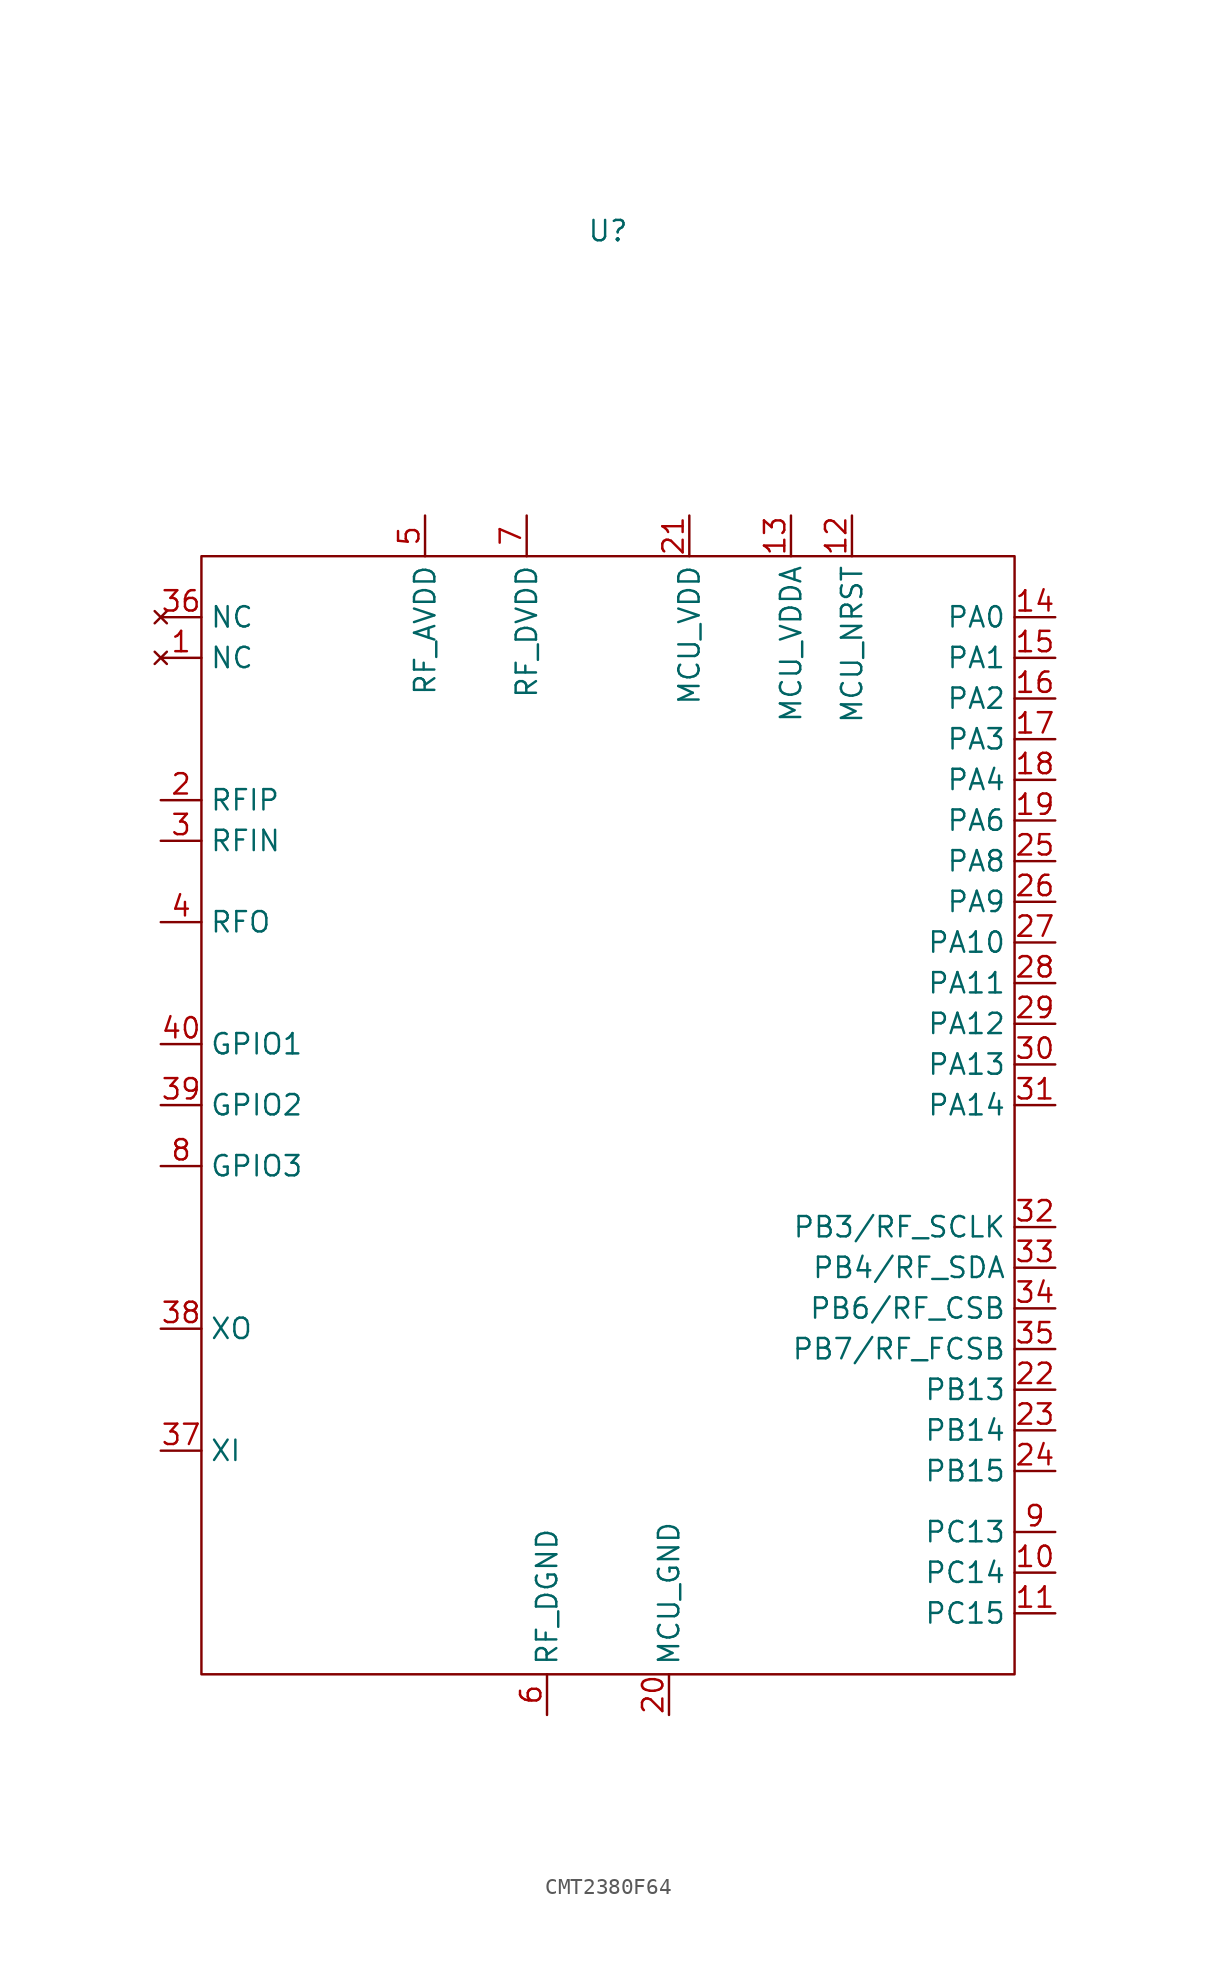
<source format=kicad_sym>
(kicad_symbol_lib
  (version 20220914)
  (generator kicad_symbol_editor)
  (symbol "CMT2380F64"
    (property "Reference" "U"
      (at 0 8.89 0)
      (effects (font (size 1.27 1.27))))
    (property "Value" ""
      (at -19.05 -6.35 0)
      (effects (font (size 1.27 1.27))))
    (symbol "CMT2380F64_0_1"
      (rectangle (start -25.4 -11.43) (end 25.4 -81.28) (stroke (width 0) (type default)) (fill (type none))))
    (symbol "CMT2380F64_1_1"
      (pin no_connect line (at -27.94 -17.78 0) (length 2.54) (name "NC" (effects (font (size 1.27 1.27)))) (number "1" (effects (font (size 1.27 1.27)))))
      (pin bidirectional line (at 27.94 -74.93 180) (length 2.54) (name "PC14" (effects (font (size 1.27 1.27)))) (number "10" (effects (font (size 1.27 1.27)))))
      (pin bidirectional line (at 27.94 -77.47 180) (length 2.54) (name "PC15" (effects (font (size 1.27 1.27)))) (number "11" (effects (font (size 1.27 1.27)))))
      (pin input line (at 15.24 -8.89 270) (length 2.54) (name "MCU_NRST" (effects (font (size 1.27 1.27)))) (number "12" (effects (font (size 1.27 1.27)))))
      (pin power_in line (at 11.43 -8.89 270) (length 2.54) (name "MCU_VDDA" (effects (font (size 1.27 1.27)))) (number "13" (effects (font (size 1.27 1.27)))))
      (pin bidirectional line (at 27.94 -15.24 180) (length 2.54) (name "PA0" (effects (font (size 1.27 1.27)))) (number "14" (effects (font (size 1.27 1.27)))))
      (pin bidirectional line (at 27.94 -17.78 180) (length 2.54) (name "PA1" (effects (font (size 1.27 1.27)))) (number "15" (effects (font (size 1.27 1.27)))))
      (pin bidirectional line (at 27.94 -20.32 180) (length 2.54) (name "PA2" (effects (font (size 1.27 1.27)))) (number "16" (effects (font (size 1.27 1.27)))))
      (pin bidirectional line (at 27.94 -22.86 180) (length 2.54) (name "PA3" (effects (font (size 1.27 1.27)))) (number "17" (effects (font (size 1.27 1.27)))))
      (pin bidirectional line (at 27.94 -25.4 180) (length 2.54) (name "PA4" (effects (font (size 1.27 1.27)))) (number "18" (effects (font (size 1.27 1.27)))))
      (pin bidirectional line (at 27.94 -27.94 180) (length 2.54) (name "PA6" (effects (font (size 1.27 1.27)))) (number "19" (effects (font (size 1.27 1.27)))))
      (pin input line (at -27.94 -26.67 0) (length 2.54) (name "RFIP" (effects (font (size 1.27 1.27)))) (number "2" (effects (font (size 1.27 1.27)))))
      (pin power_in line (at 3.81 -83.82 90) (length 2.54) (name "MCU_GND" (effects (font (size 1.27 1.27)))) (number "20" (effects (font (size 1.27 1.27)))))
      (pin power_in line (at 5.08 -8.89 270) (length 2.54) (name "MCU_VDD" (effects (font (size 1.27 1.27)))) (number "21" (effects (font (size 1.27 1.27)))))
      (pin bidirectional line (at 27.94 -63.5 180) (length 2.54) (name "PB13" (effects (font (size 1.27 1.27)))) (number "22" (effects (font (size 1.27 1.27)))))
      (pin bidirectional line (at 27.94 -66.04 180) (length 2.54) (name "PB14" (effects (font (size 1.27 1.27)))) (number "23" (effects (font (size 1.27 1.27)))))
      (pin bidirectional line (at 27.94 -68.58 180) (length 2.54) (name "PB15" (effects (font (size 1.27 1.27)))) (number "24" (effects (font (size 1.27 1.27)))))
      (pin bidirectional line (at 27.94 -30.48 180) (length 2.54) (name "PA8" (effects (font (size 1.27 1.27)))) (number "25" (effects (font (size 1.27 1.27)))))
      (pin bidirectional line (at 27.94 -33.02 180) (length 2.54) (name "PA9" (effects (font (size 1.27 1.27)))) (number "26" (effects (font (size 1.27 1.27)))))
      (pin bidirectional line (at 27.94 -35.56 180) (length 2.54) (name "PA10" (effects (font (size 1.27 1.27)))) (number "27" (effects (font (size 1.27 1.27)))))
      (pin bidirectional line (at 27.94 -38.1 180) (length 2.54) (name "PA11" (effects (font (size 1.27 1.27)))) (number "28" (effects (font (size 1.27 1.27)))))
      (pin bidirectional line (at 27.94 -40.64 180) (length 2.54) (name "PA12" (effects (font (size 1.27 1.27)))) (number "29" (effects (font (size 1.27 1.27)))))
      (pin input line (at -27.94 -29.21 0) (length 2.54) (name "RFIN" (effects (font (size 1.27 1.27)))) (number "3" (effects (font (size 1.27 1.27)))))
      (pin bidirectional line (at 27.94 -43.18 180) (length 2.54) (name "PA13" (effects (font (size 1.27 1.27)))) (number "30" (effects (font (size 1.27 1.27)))))
      (pin bidirectional line (at 27.94 -45.72 180) (length 2.54) (name "PA14" (effects (font (size 1.27 1.27)))) (number "31" (effects (font (size 1.27 1.27)))))
      (pin bidirectional line (at 27.94 -53.34 180) (length 2.54) (name "PB3/RF_SCLK" (effects (font (size 1.27 1.27)))) (number "32" (effects (font (size 1.27 1.27)))))
      (pin bidirectional line (at 27.94 -55.88 180) (length 2.54) (name "PB4/RF_SDA" (effects (font (size 1.27 1.27)))) (number "33" (effects (font (size 1.27 1.27)))))
      (pin bidirectional line (at 27.94 -58.42 180) (length 2.54) (name "PB6/RF_CSB" (effects (font (size 1.27 1.27)))) (number "34" (effects (font (size 1.27 1.27)))))
      (pin bidirectional line (at 27.94 -60.96 180) (length 2.54) (name "PB7/RF_FCSB" (effects (font (size 1.27 1.27)))) (number "35" (effects (font (size 1.27 1.27)))))
      (pin no_connect line (at -27.94 -15.24 0) (length 2.54) (name "NC" (effects (font (size 1.27 1.27)))) (number "36" (effects (font (size 1.27 1.27)))))
      (pin input line (at -27.94 -67.31 0) (length 2.54) (name "XI" (effects (font (size 1.27 1.27)))) (number "37" (effects (font (size 1.27 1.27)))))
      (pin output line (at -27.94 -59.69 0) (length 2.54) (name "XO" (effects (font (size 1.27 1.27)))) (number "38" (effects (font (size 1.27 1.27)))))
      (pin bidirectional line (at -27.94 -45.72 0) (length 2.54) (name "GPIO2" (effects (font (size 1.27 1.27)))) (number "39" (effects (font (size 1.27 1.27)))))
      (pin output line (at -27.94 -34.29 0) (length 2.54) (name "RFO" (effects (font (size 1.27 1.27)))) (number "4" (effects (font (size 1.27 1.27)))))
      (pin bidirectional line (at -27.94 -41.91 0) (length 2.54) (name "GPIO1" (effects (font (size 1.27 1.27)))) (number "40" (effects (font (size 1.27 1.27)))))
      (pin power_in line (at -11.43 -8.89 270) (length 2.54) (name "RF_AVDD" (effects (font (size 1.27 1.27)))) (number "5" (effects (font (size 1.27 1.27)))))
      (pin power_in line (at -3.81 -83.82 90) (length 2.54) (name "RF_DGND" (effects (font (size 1.27 1.27)))) (number "6" (effects (font (size 1.27 1.27)))))
      (pin power_in line (at -5.08 -8.89 270) (length 2.54) (name "RF_DVDD" (effects (font (size 1.27 1.27)))) (number "7" (effects (font (size 1.27 1.27)))))
      (pin bidirectional line (at -27.94 -49.53 0) (length 2.54) (name "GPIO3" (effects (font (size 1.27 1.27)))) (number "8" (effects (font (size 1.27 1.27)))))
      (pin bidirectional line (at 27.94 -72.39 180) (length 2.54) (name "PC13" (effects (font (size 1.27 1.27)))) (number "9" (effects (font (size 1.27 1.27))))))))
</source>
